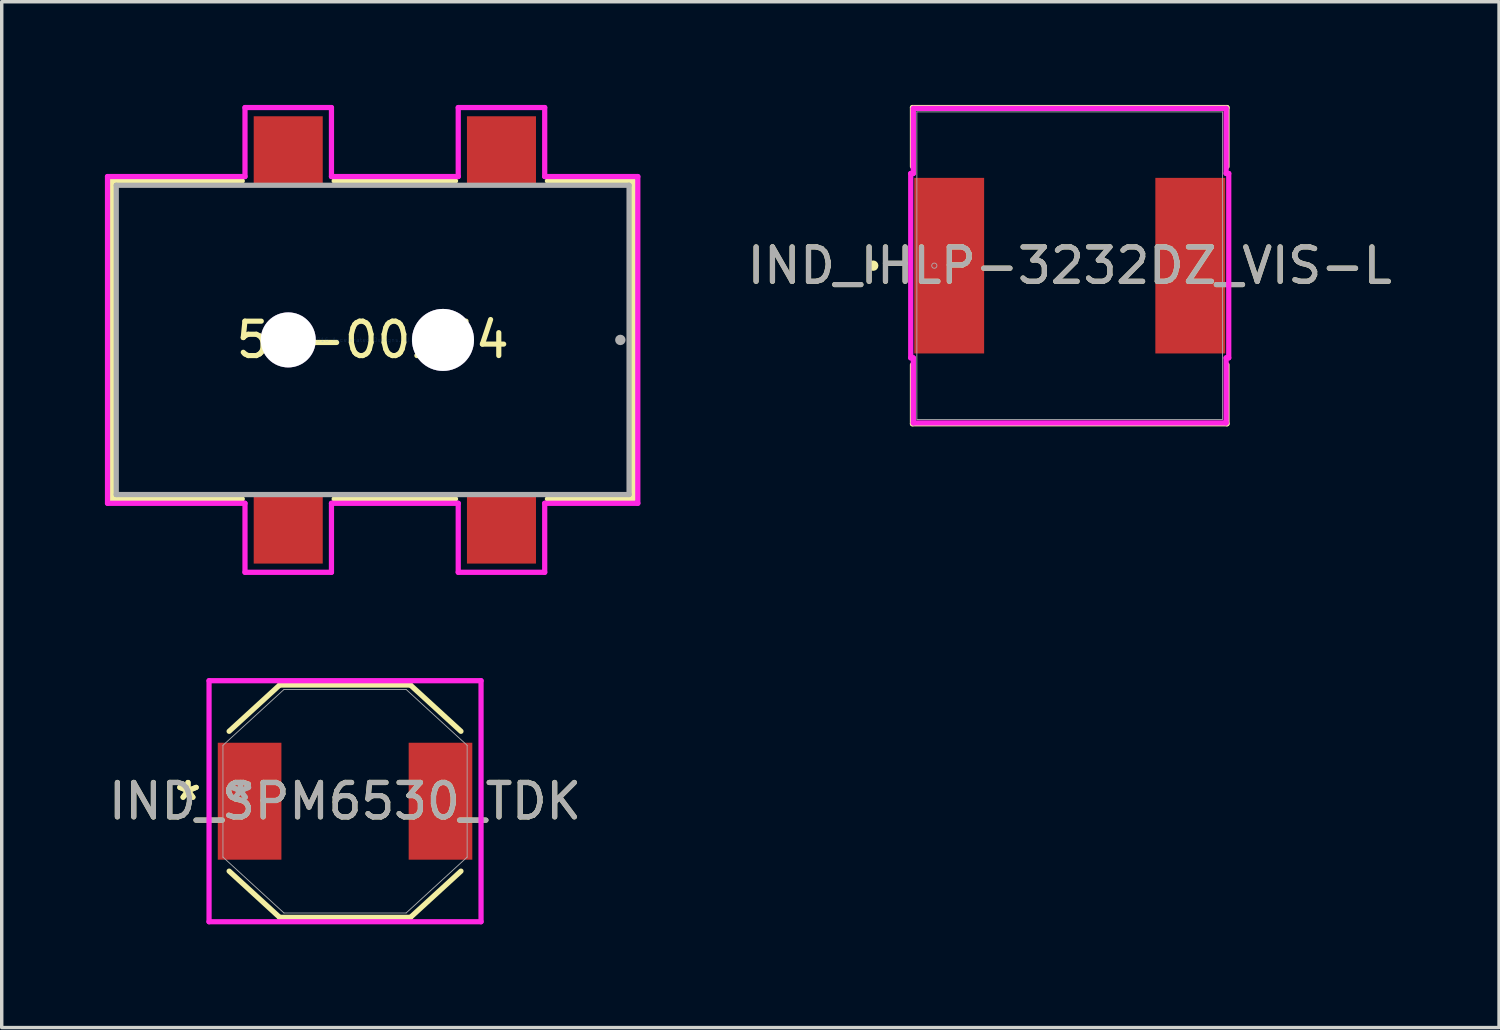
<source format=kicad_pcb>
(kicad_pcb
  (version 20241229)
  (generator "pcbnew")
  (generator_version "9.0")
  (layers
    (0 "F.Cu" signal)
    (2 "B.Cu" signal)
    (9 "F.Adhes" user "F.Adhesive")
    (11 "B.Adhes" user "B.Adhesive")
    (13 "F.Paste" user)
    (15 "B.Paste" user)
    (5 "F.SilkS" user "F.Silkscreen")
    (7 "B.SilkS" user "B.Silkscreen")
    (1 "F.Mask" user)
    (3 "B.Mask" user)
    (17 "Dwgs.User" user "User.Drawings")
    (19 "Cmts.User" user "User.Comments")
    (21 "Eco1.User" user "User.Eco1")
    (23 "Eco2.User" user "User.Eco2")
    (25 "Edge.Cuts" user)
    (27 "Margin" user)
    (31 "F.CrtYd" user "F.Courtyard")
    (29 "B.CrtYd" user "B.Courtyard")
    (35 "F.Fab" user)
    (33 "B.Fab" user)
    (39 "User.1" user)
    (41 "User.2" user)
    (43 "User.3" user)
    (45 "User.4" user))
  (footprint "IND_SPM6530_TDK"
    (layer "F.Cu")
    (at 6.982 20.245)
    (property "Reference" "IND_SPM6530_TDK" (at 0 0 0) (unlocked yes) (layer "F.SilkS") (effects (font (size 1 1) (thickness 0.15))))
    (attr smd)
    (fp_line (start -3.37 2.033) (end -1.902 3.377) (stroke (width 0.152) (type solid)) (layer "F.SilkS"))
    (fp_line (start -1.902 -3.377) (end -3.37 -2.033) (stroke (width 0.152) (type solid)) (layer "F.SilkS"))
    (fp_line (start -1.902 3.377) (end 1.902 3.377) (stroke (width 0.152) (type solid)) (layer "F.SilkS"))
    (fp_line (start 1.902 -3.377) (end -1.902 -3.377) (stroke (width 0.152) (type solid)) (layer "F.SilkS"))
    (fp_line (start 1.902 3.377) (end 3.37 2.033) (stroke (width 0.152) (type solid)) (layer "F.SilkS"))
    (fp_line (start 3.37 -2.033) (end 1.902 -3.377) (stroke (width 0.152) (type solid)) (layer "F.SilkS"))
    (fp_line (start -3.954 -3.504) (end 3.954 -3.504) (stroke (width 0.152) (type solid)) (layer "F.CrtYd"))
    (fp_line (start -3.954 3.504) (end -3.954 -3.504) (stroke (width 0.152) (type solid)) (layer "F.CrtYd"))
    (fp_line (start 3.954 -3.504) (end 3.954 3.504) (stroke (width 0.152) (type solid)) (layer "F.CrtYd"))
    (fp_line (start 3.954 3.504) (end -3.954 3.504) (stroke (width 0.152) (type solid)) (layer "F.CrtYd"))
    (fp_line (start -3.55 -1.625) (end -3.55 1.625) (stroke (width 0.025) (type solid)) (layer "F.Fab"))
    (fp_line (start -3.55 1.625) (end -1.775 3.25) (stroke (width 0.025) (type solid)) (layer "F.Fab"))
    (fp_line (start -1.775 -3.25) (end -3.55 -1.625) (stroke (width 0.025) (type solid)) (layer "F.Fab"))
    (fp_line (start -1.775 3.25) (end 1.775 3.25) (stroke (width 0.025) (type solid)) (layer "F.Fab"))
    (fp_line (start 1.775 -3.25) (end -1.775 -3.25) (stroke (width 0.025) (type solid)) (layer "F.Fab"))
    (fp_line (start 1.775 3.25) (end 3.55 1.625) (stroke (width 0.025) (type solid)) (layer "F.Fab"))
    (fp_line (start 3.55 -1.625) (end 1.775 -3.25) (stroke (width 0.025) (type solid)) (layer "F.Fab"))
    (fp_line (start 3.55 1.625) (end 3.55 -1.625) (stroke (width 0.025) (type solid)) (layer "F.Fab"))
    (fp_text user "*" (at -4.566 0 0) (unlocked yes) (layer "F.SilkS") (effects (font (size 1 1) (thickness 0.15))))
    (fp_text user "*" (at -4.566 0 0) (layer "F.SilkS") (effects (font (size 1 1) (thickness 0.15))))
    (fp_text user "*" (at -3.042 0 0) (layer "F.Fab") (effects (font (size 1 1) (thickness 0.15))))
    (fp_text user "*" (at -3.042 0 0) (unlocked yes) (layer "F.Fab") (effects (font (size 1 1) (thickness 0.15))))
    (fp_text user "${REFERENCE}" (at 0 0 0) (unlocked yes) (layer "F.Fab") (effects (font (size 1 1) (thickness 0.15))))
    (pad "1" smd rect (at -2.775 0) (size 1.85 3.4) (layers "F.Cu" "F.Mask" "F.Paste"))
    (pad "2" smd rect (at 2.775 0) (size 1.85 3.4) (layers "F.Cu" "F.Mask" "F.Paste")))
  (footprint "IND_IHLP-3232DZ_VIS-L"
    (layer "F.Cu")
    (at 28.052 4.674)
    (property "Reference" "IND_IHLP-3232DZ_VIS-L" (at 0 0 0) (unlocked yes) (layer "F.SilkS") (effects (font (size 1 1) (thickness 0.15))))
    (attr smd)
    (fp_line (start -4.572 -4.597) (end -4.572 -2.882) (stroke (width 0.152) (type solid)) (layer "F.SilkS"))
    (fp_line (start -4.572 2.882) (end -4.572 4.597) (stroke (width 0.152) (type solid)) (layer "F.SilkS"))
    (fp_line (start -4.572 4.597) (end 4.572 4.597) (stroke (width 0.152) (type solid)) (layer "F.SilkS"))
    (fp_line (start 4.572 -4.597) (end -4.572 -4.597) (stroke (width 0.152) (type solid)) (layer "F.SilkS"))
    (fp_line (start 4.572 -2.882) (end 4.572 -4.597) (stroke (width 0.152) (type solid)) (layer "F.SilkS"))
    (fp_line (start 4.572 4.597) (end 4.572 2.882) (stroke (width 0.152) (type solid)) (layer "F.SilkS"))
    (fp_circle (center -5.715 0) (end -5.639 0) (stroke (width 0.152) (type solid)) (fill no) (layer "F.SilkS"))
    (fp_line (start -4.623 -2.68) (end -4.547 -2.68) (stroke (width 0.152) (type solid)) (layer "F.CrtYd"))
    (fp_line (start -4.623 2.68) (end -4.623 -2.68) (stroke (width 0.152) (type solid)) (layer "F.CrtYd"))
    (fp_line (start -4.547 -4.572) (end 4.547 -4.572) (stroke (width 0.152) (type solid)) (layer "F.CrtYd"))
    (fp_line (start -4.547 -2.68) (end -4.547 -4.572) (stroke (width 0.152) (type solid)) (layer "F.CrtYd"))
    (fp_line (start -4.547 2.68) (end -4.623 2.68) (stroke (width 0.152) (type solid)) (layer "F.CrtYd"))
    (fp_line (start -4.547 4.572) (end -4.547 2.68) (stroke (width 0.152) (type solid)) (layer "F.CrtYd"))
    (fp_line (start 4.547 -4.572) (end 4.547 -2.68) (stroke (width 0.152) (type solid)) (layer "F.CrtYd"))
    (fp_line (start 4.547 -2.68) (end 4.623 -2.68) (stroke (width 0.152) (type solid)) (layer "F.CrtYd"))
    (fp_line (start 4.547 2.68) (end 4.547 4.572) (stroke (width 0.152) (type solid)) (layer "F.CrtYd"))
    (fp_line (start 4.547 4.572) (end -4.547 4.572) (stroke (width 0.152) (type solid)) (layer "F.CrtYd"))
    (fp_line (start 4.623 -2.68) (end 4.623 2.68) (stroke (width 0.152) (type solid)) (layer "F.CrtYd"))
    (fp_line (start 4.623 2.68) (end 4.547 2.68) (stroke (width 0.152) (type solid)) (layer "F.CrtYd"))
    (fp_line (start -4.445 -4.47) (end -4.445 4.47) (stroke (width 0.025) (type solid)) (layer "F.Fab"))
    (fp_line (start -4.445 4.47) (end 4.445 4.47) (stroke (width 0.025) (type solid)) (layer "F.Fab"))
    (fp_line (start 4.445 -4.47) (end -4.445 -4.47) (stroke (width 0.025) (type solid)) (layer "F.Fab"))
    (fp_line (start 4.445 4.47) (end 4.445 -4.47) (stroke (width 0.025) (type solid)) (layer "F.Fab"))
    (fp_circle (center -3.937 0) (end -3.861 0) (stroke (width 0.025) (type solid)) (fill no) (layer "F.Fab"))
    (fp_text user "${REFERENCE}" (at 0 0 0) (unlocked yes) (layer "F.Fab") (effects (font (size 1 1) (thickness 0.15))))
    (pad "1" smd rect (at -3.505 0 90) (size 5.105 2.032) (layers "F.Cu" "F.Mask" "F.Paste"))
    (pad "2" smd rect (at 3.505 0 90) (size 5.105 2.032) (layers "F.Cu" "F.Mask" "F.Paste"))
    (zone (net_name "") (layer "F.Cu") (hatch full 0.508) (connect_pads) (min_thickness 0.254) (filled_areas_thickness no) (keepout (tracks not_allowed) (vias not_allowed) (pads allowed) (copperpour not_allowed) (footprints allowed)) (placement (enabled no)) (fill) (polygon (pts (xy 23.658 0.254) (xy 32.447 0.254) (xy 32.447 2.045) (xy 23.658 2.045))))
    (zone (net_name "") (layer "F.Cu") (hatch full 0.508) (connect_pads) (min_thickness 0.254) (filled_areas_thickness no) (keepout (tracks not_allowed) (vias not_allowed) (pads allowed) (copperpour not_allowed) (footprints allowed)) (placement (enabled no)) (fill) (polygon (pts (xy 23.658 7.303) (xy 32.447 7.303) (xy 32.447 9.093) (xy 23.658 9.093))))
    (zone (net_name "") (layer "F.Cu") (hatch full 0.508) (connect_pads) (min_thickness 0.254) (filled_areas_thickness no) (keepout (tracks not_allowed) (vias not_allowed) (pads allowed) (copperpour not_allowed) (footprints allowed)) (placement (enabled no)) (fill) (polygon (pts (xy 25.614 2.045) (xy 30.491 2.045) (xy 30.491 7.303) (xy 25.614 7.303)))))
  (footprint "54-00164"
    (layer "F.Cu")
    (at 7.785 6.833)
    (property "Reference" "54-00164" (at 0 0 0) (layer "F.SilkS") (effects (font (size 1 1) (thickness 0.15))))
    (attr through_hole)
    (fp_line (start -7.582 -4.623) (end -3.791 -4.623) (stroke (width 0.152) (type solid)) (layer "F.SilkS"))
    (fp_line (start -7.582 4.623) (end -7.582 -4.623) (stroke (width 0.152) (type solid)) (layer "F.SilkS"))
    (fp_line (start -3.791 4.623) (end -7.582 4.623) (stroke (width 0.152) (type solid)) (layer "F.SilkS"))
    (fp_line (start -1.119 -4.623) (end 2.409 -4.623) (stroke (width 0.152) (type solid)) (layer "F.SilkS"))
    (fp_line (start 2.409 4.623) (end -1.119 4.623) (stroke (width 0.152) (type solid)) (layer "F.SilkS"))
    (fp_line (start 5.081 -4.623) (end 7.582 -4.623) (stroke (width 0.152) (type solid)) (layer "F.SilkS"))
    (fp_line (start 7.582 -4.623) (end 7.582 4.623) (stroke (width 0.152) (type solid)) (layer "F.SilkS"))
    (fp_line (start 7.582 4.623) (end 5.081 4.623) (stroke (width 0.152) (type solid)) (layer "F.SilkS"))
    (fp_line (start -7.709 -4.75) (end -7.709 4.75) (stroke (width 0.152) (type solid)) (layer "F.CrtYd"))
    (fp_line (start -7.709 4.75) (end -3.712 4.75) (stroke (width 0.152) (type solid)) (layer "F.CrtYd"))
    (fp_line (start -3.712 4.75) (end -3.712 6.756) (stroke (width 0.152) (type solid)) (layer "F.CrtYd"))
    (fp_line (start -3.712 6.756) (end -1.198 6.756) (stroke (width 0.152) (type solid)) (layer "F.CrtYd"))
    (fp_line (start -3.712 -6.756) (end -3.712 -4.75) (stroke (width 0.152) (type solid)) (layer "F.CrtYd"))
    (fp_line (start -3.712 -4.75) (end -7.709 -4.75) (stroke (width 0.152) (type solid)) (layer "F.CrtYd"))
    (fp_line (start -1.198 4.75) (end 2.488 4.75) (stroke (width 0.152) (type solid)) (layer "F.CrtYd"))
    (fp_line (start -1.198 6.756) (end -1.198 4.75) (stroke (width 0.152) (type solid)) (layer "F.CrtYd"))
    (fp_line (start -1.198 -6.756) (end -3.712 -6.756) (stroke (width 0.152) (type solid)) (layer "F.CrtYd"))
    (fp_line (start -1.198 -4.75) (end -1.198 -6.756) (stroke (width 0.152) (type solid)) (layer "F.CrtYd"))
    (fp_line (start 2.488 -6.756) (end 2.488 -4.75) (stroke (width 0.152) (type solid)) (layer "F.CrtYd"))
    (fp_line (start 2.488 -4.75) (end -1.198 -4.75) (stroke (width 0.152) (type solid)) (layer "F.CrtYd"))
    (fp_line (start 2.488 4.75) (end 2.488 6.756) (stroke (width 0.152) (type solid)) (layer "F.CrtYd"))
    (fp_line (start 2.488 6.756) (end 5.002 6.756) (stroke (width 0.152) (type solid)) (layer "F.CrtYd"))
    (fp_line (start 5.002 -6.756) (end 2.488 -6.756) (stroke (width 0.152) (type solid)) (layer "F.CrtYd"))
    (fp_line (start 5.002 -4.75) (end 5.002 -6.756) (stroke (width 0.152) (type solid)) (layer "F.CrtYd"))
    (fp_line (start 5.002 4.75) (end 7.709 4.75) (stroke (width 0.152) (type solid)) (layer "F.CrtYd"))
    (fp_line (start 5.002 6.756) (end 5.002 4.75) (stroke (width 0.152) (type solid)) (layer "F.CrtYd"))
    (fp_line (start 7.709 -4.75) (end 5.002 -4.75) (stroke (width 0.152) (type solid)) (layer "F.CrtYd"))
    (fp_line (start 7.709 4.75) (end 7.709 -4.75) (stroke (width 0.152) (type solid)) (layer "F.CrtYd"))
    (fp_line (start -7.455 -4.496) (end -7.455 4.496) (stroke (width 0.152) (type solid)) (layer "F.Fab"))
    (fp_line (start -7.455 4.496) (end 7.455 4.496) (stroke (width 0.152) (type solid)) (layer "F.Fab"))
    (fp_line (start 7.455 -4.496) (end -7.455 -4.496) (stroke (width 0.152) (type solid)) (layer "F.Fab"))
    (fp_line (start 7.455 4.496) (end 7.455 -4.496) (stroke (width 0.152) (type solid)) (layer "F.Fab"))
    (fp_circle (center 7.201 0) (end 7.201 0) (stroke (width 0.152) (type solid)) (fill no) (layer "F.Fab"))
    (fp_text user "Copyright 2016 Accelerated Designs. All rights reserved." (at 0 0 0) (layer "Cmts.User") (effects (font (size 0.127 0.127) (thickness 0.002))))
    (pad "" thru_hole circle (at -2.455 0) (size 1.6 1.6) (drill 1.6) (layers))
    (pad "" thru_hole circle (at 2.045 0) (size 1.803 1.803) (drill 1.803) (layers))
    (pad "1" smd rect (at 3.745 5.499) (size 2.007 2.007) (layers "F.Cu" "F.Mask" "F.Paste"))
    (pad "2" smd rect (at 3.745 -5.499) (size 2.007 2.007) (layers "F.Cu" "F.Mask" "F.Paste"))
    (pad "3" smd rect (at -2.455 -5.499) (size 2.007 2.007) (layers "F.Cu" "F.Mask" "F.Paste"))
    (pad "4" smd rect (at -2.455 5.499) (size 2.007 2.007) (layers "F.Cu" "F.Mask" "F.Paste")))
  (gr_rect
    (start -3 -3)
    (end 40.534 26.826)
    (stroke (width 0.1) (type default))
    (fill no)
    (layer "Edge.Cuts")))
</source>
